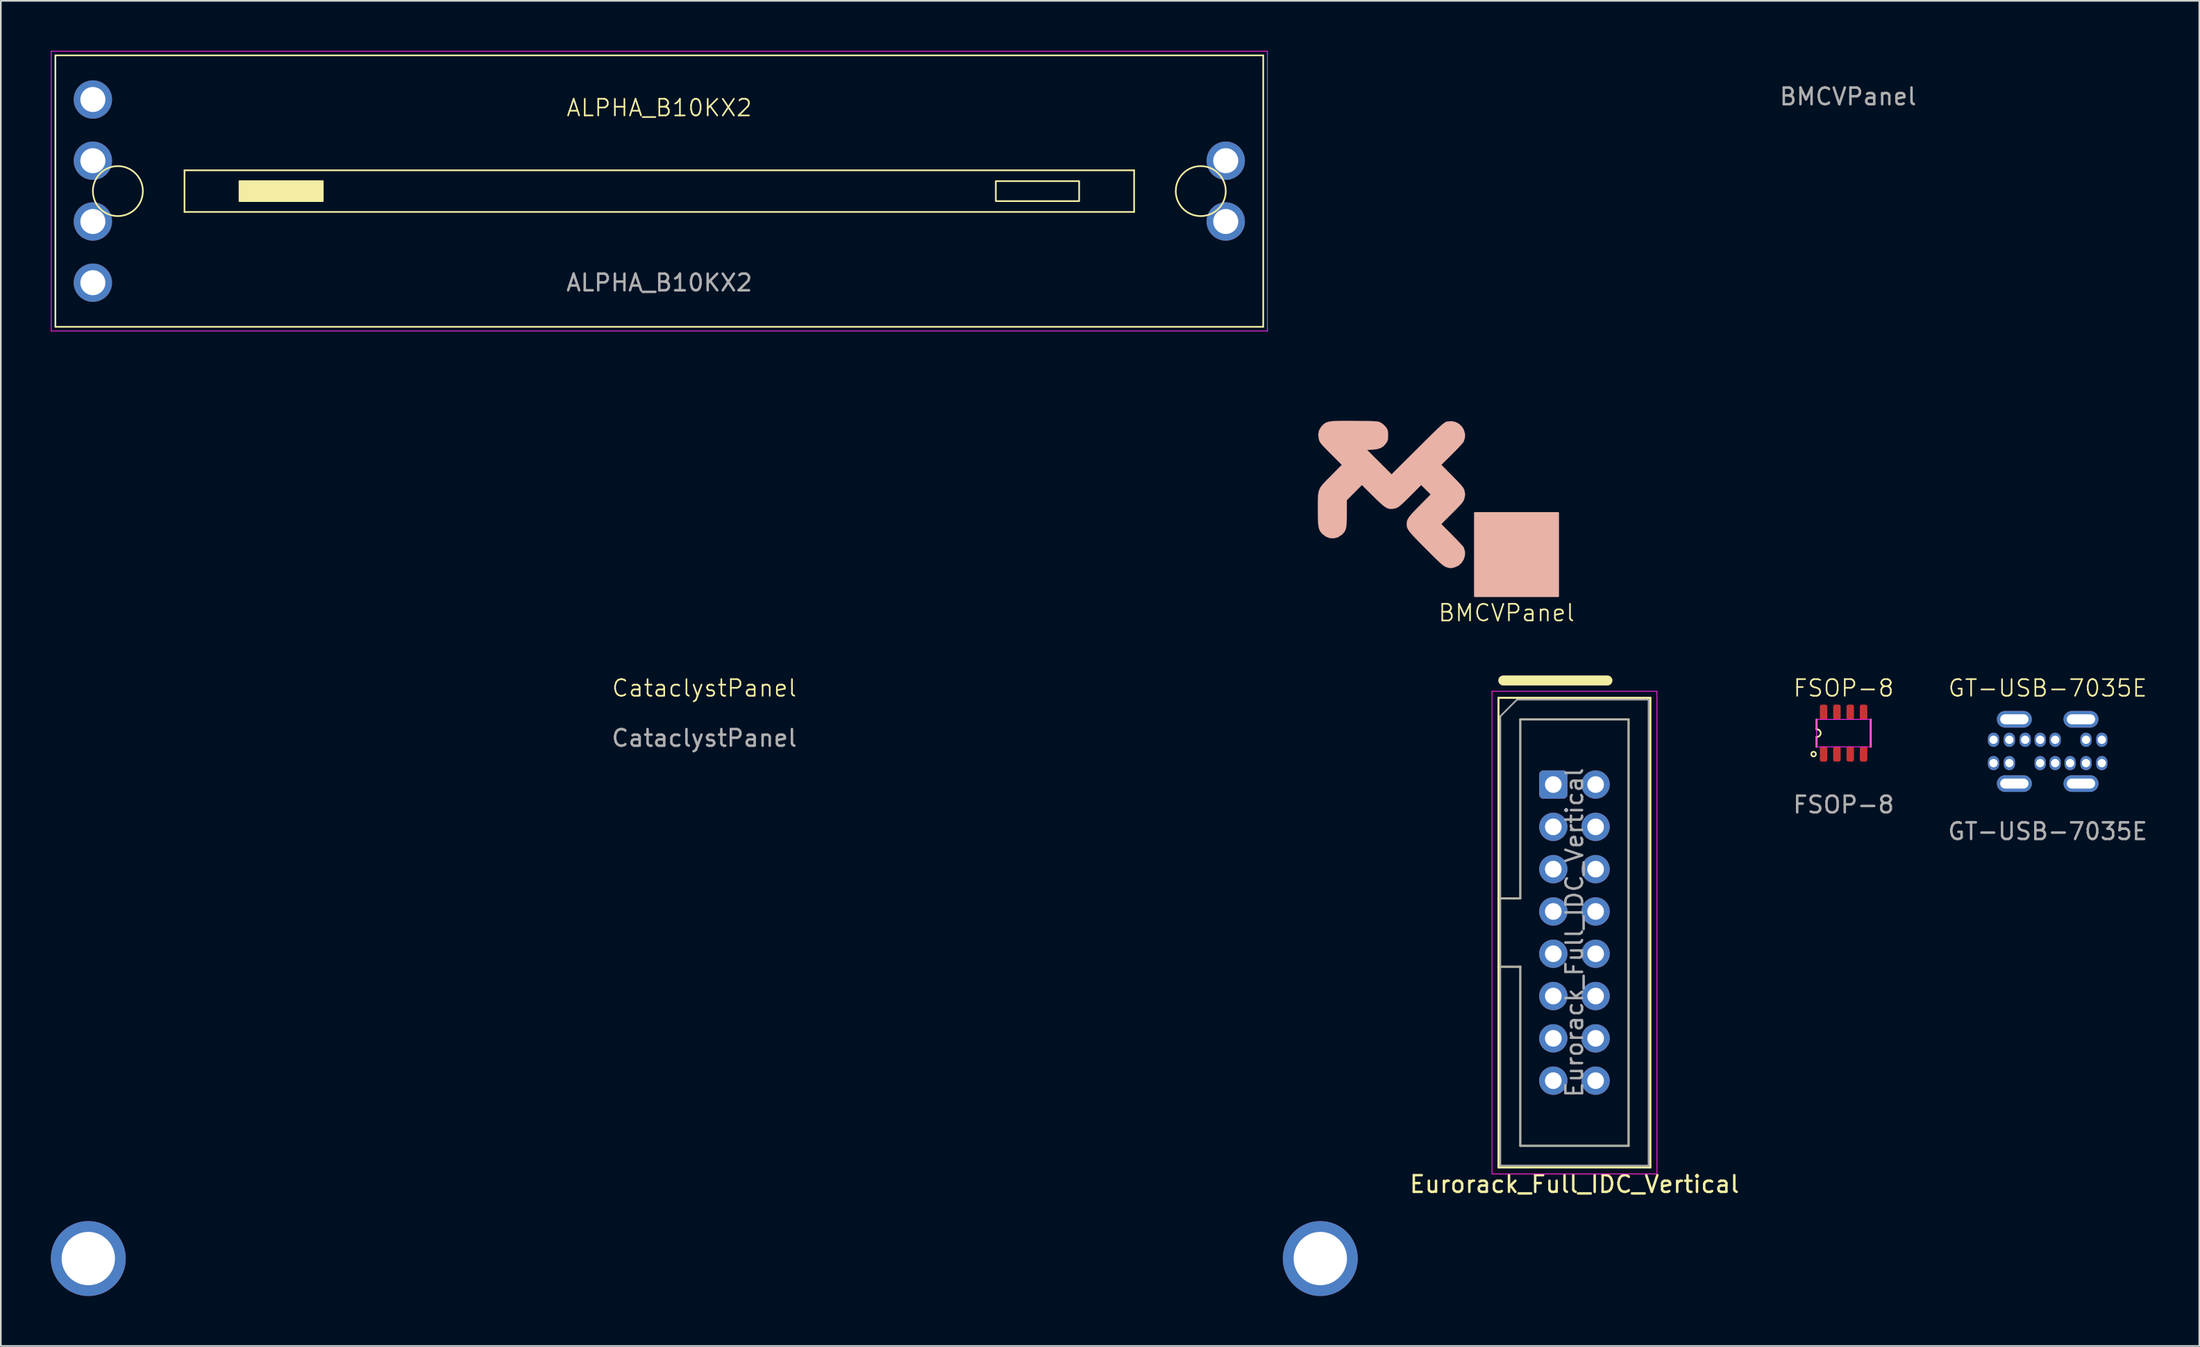
<source format=kicad_pcb>
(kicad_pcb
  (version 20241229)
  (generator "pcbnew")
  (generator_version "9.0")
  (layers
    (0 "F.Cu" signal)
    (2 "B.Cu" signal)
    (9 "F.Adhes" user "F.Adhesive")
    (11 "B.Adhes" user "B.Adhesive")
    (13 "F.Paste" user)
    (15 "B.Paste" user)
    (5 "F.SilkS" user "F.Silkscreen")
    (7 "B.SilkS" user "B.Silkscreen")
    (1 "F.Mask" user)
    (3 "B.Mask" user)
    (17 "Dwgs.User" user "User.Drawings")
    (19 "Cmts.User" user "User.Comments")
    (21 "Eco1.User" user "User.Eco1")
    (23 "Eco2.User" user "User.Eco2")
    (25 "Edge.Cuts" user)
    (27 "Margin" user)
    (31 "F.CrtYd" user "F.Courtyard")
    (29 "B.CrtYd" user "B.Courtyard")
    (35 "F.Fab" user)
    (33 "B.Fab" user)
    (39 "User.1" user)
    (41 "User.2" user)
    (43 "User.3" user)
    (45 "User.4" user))
  (footprint "GT-USB-7035E"
    (layer "F.Cu")
    (at 119.861 42.071)
    (property "Reference" "GT-USB-7035E" (at 0 -3.8 0) (unlocked yes) (layer "F.SilkS") (effects (font (size 1 1) (thickness 0.1))))
    (attr through_hole)
    (fp_text user "${REFERENCE}" (at 0 4.8 0) (unlocked yes) (layer "F.Fab") (effects (font (size 1 1) (thickness 0.15))))
    (pad "A1" thru_hole oval (at -3.25 -0.7) (size 0.675 0.85) (drill 0.5) (layers "*.Cu" "*.Mask"))
    (pad "A4" thru_hole oval (at -2.3 -0.7) (size 0.675 0.85) (drill 0.5) (layers "*.Cu" "*.Mask"))
    (pad "A5" thru_hole oval (at -1.35 -0.7) (size 0.675 0.85) (drill 0.5) (layers "*.Cu" "*.Mask"))
    (pad "A6" thru_hole oval (at -0.45 -0.7) (size 0.675 0.85) (drill 0.5) (layers "*.Cu" "*.Mask"))
    (pad "A7" thru_hole oval (at 0.45 -0.7) (size 0.675 0.85) (drill 0.5) (layers "*.Cu" "*.Mask"))
    (pad "A9" thru_hole oval (at 2.3 -0.7) (size 0.675 0.85) (drill 0.5) (layers "*.Cu" "*.Mask"))
    (pad "A12" thru_hole oval (at 3.25 -0.7) (size 0.675 0.85) (drill 0.5) (layers "*.Cu" "*.Mask"))
    (pad "B1" thru_hole oval (at 3.25 0.7) (size 0.675 0.85) (drill 0.5) (layers "*.Cu" "*.Mask"))
    (pad "B4" thru_hole oval (at 2.3 0.7) (size 0.675 0.85) (drill 0.5) (layers "*.Cu" "*.Mask"))
    (pad "B5" thru_hole oval (at 1.35 0.7) (size 0.675 0.85) (drill 0.5) (layers "*.Cu" "*.Mask"))
    (pad "B6" thru_hole oval (at 0.45 0.7) (size 0.675 0.85) (drill 0.5) (layers "*.Cu" "*.Mask"))
    (pad "B7" thru_hole oval (at -0.45 0.7) (size 0.675 0.85) (drill 0.5) (layers "*.Cu" "*.Mask"))
    (pad "B9" thru_hole oval (at -2.3 0.7) (size 0.675 0.85) (drill 0.5) (layers "*.Cu" "*.Mask"))
    (pad "B12" thru_hole oval (at -3.25 0.7) (size 0.675 0.85) (drill 0.5) (layers "*.Cu" "*.Mask"))
    (pad "S1" thru_hole oval (at -2 -1.93) (size 2.1 1) (drill oval 1.7 0.6) (layers "*.Cu" "*.Mask"))
    (pad "S1" thru_hole oval (at -2 1.93) (size 2.1 1) (drill oval 1.7 0.6) (layers "*.Cu" "*.Mask"))
    (pad "S1" thru_hole oval (at 2 -1.93) (size 2.1 1) (drill oval 1.7 0.6) (layers "*.Cu" "*.Mask"))
    (pad "S1" thru_hole oval (at 2 1.93) (size 2.1 1) (drill oval 1.7 0.6) (layers "*.Cu" "*.Mask")))
  (footprint "Eurorack_Full_IDC_Vertical"
    (layer "F.Cu")
    (at 90.186 44.06)
    (property "Reference" "Eurorack_Full_IDC_Vertical" (at 1.27 24 0) (layer "F.SilkS") (effects (font (size 1 1) (thickness 0.15))))
    (attr through_hole)
    (fp_line (start -3.29 -5.21) (end 5.83 -5.21) (stroke (width 0.12) (type solid)) (layer "F.SilkS"))
    (fp_line (start -3.29 6.84) (end -1.98 6.84) (stroke (width 0.12) (type solid)) (layer "F.SilkS"))
    (fp_line (start -3.29 22.99) (end -3.29 -5.21) (stroke (width 0.12) (type solid)) (layer "F.SilkS"))
    (fp_line (start -3 -6.25) (end 3.25 -6.25) (stroke (width 0.6) (type default)) (layer "F.SilkS"))
    (fp_line (start -1.98 -3.91) (end 4.52 -3.91) (stroke (width 0.12) (type solid)) (layer "F.SilkS"))
    (fp_line (start -1.98 6.84) (end -1.98 -3.91) (stroke (width 0.12) (type solid)) (layer "F.SilkS"))
    (fp_line (start -1.98 10.94) (end -3.29 10.94) (stroke (width 0.12) (type solid)) (layer "F.SilkS"))
    (fp_line (start -1.98 10.94) (end -1.98 10.94) (stroke (width 0.12) (type solid)) (layer "F.SilkS"))
    (fp_line (start -1.98 21.69) (end -1.98 10.94) (stroke (width 0.12) (type solid)) (layer "F.SilkS"))
    (fp_line (start 4.52 -3.91) (end 4.52 21.69) (stroke (width 0.12) (type solid)) (layer "F.SilkS"))
    (fp_line (start 4.52 21.69) (end -1.98 21.69) (stroke (width 0.12) (type solid)) (layer "F.SilkS"))
    (fp_line (start 5.83 -5.21) (end 5.83 22.99) (stroke (width 0.12) (type solid)) (layer "F.SilkS"))
    (fp_line (start 5.83 22.99) (end -3.29 22.99) (stroke (width 0.12) (type solid)) (layer "F.SilkS"))
    (fp_line (start -3.68 -5.6) (end -3.68 23.38) (stroke (width 0.05) (type solid)) (layer "F.CrtYd"))
    (fp_line (start -3.68 23.38) (end 6.22 23.38) (stroke (width 0.05) (type solid)) (layer "F.CrtYd"))
    (fp_line (start 6.22 -5.6) (end -3.68 -5.6) (stroke (width 0.05) (type solid)) (layer "F.CrtYd"))
    (fp_line (start 6.22 23.38) (end 6.22 -5.6) (stroke (width 0.05) (type solid)) (layer "F.CrtYd"))
    (fp_line (start -3.18 -4.1) (end -2.18 -5.1) (stroke (width 0.1) (type solid)) (layer "F.Fab"))
    (fp_line (start -3.18 6.84) (end -1.98 6.84) (stroke (width 0.1) (type solid)) (layer "F.Fab"))
    (fp_line (start -3.18 22.88) (end -3.18 -4.1) (stroke (width 0.1) (type solid)) (layer "F.Fab"))
    (fp_line (start -2.18 -5.1) (end 5.72 -5.1) (stroke (width 0.1) (type solid)) (layer "F.Fab"))
    (fp_line (start -1.98 -3.91) (end 4.52 -3.91) (stroke (width 0.1) (type solid)) (layer "F.Fab"))
    (fp_line (start -1.98 6.84) (end -1.98 -3.91) (stroke (width 0.1) (type solid)) (layer "F.Fab"))
    (fp_line (start -1.98 10.94) (end -3.18 10.94) (stroke (width 0.1) (type solid)) (layer "F.Fab"))
    (fp_line (start -1.98 10.94) (end -1.98 10.94) (stroke (width 0.1) (type solid)) (layer "F.Fab"))
    (fp_line (start -1.98 21.69) (end -1.98 10.94) (stroke (width 0.1) (type solid)) (layer "F.Fab"))
    (fp_line (start 4.52 -3.91) (end 4.52 21.69) (stroke (width 0.1) (type solid)) (layer "F.Fab"))
    (fp_line (start 4.52 21.69) (end -1.98 21.69) (stroke (width 0.1) (type solid)) (layer "F.Fab"))
    (fp_line (start 5.72 -5.1) (end 5.72 22.88) (stroke (width 0.1) (type solid)) (layer "F.Fab"))
    (fp_line (start 5.72 22.88) (end -3.18 22.88) (stroke (width 0.1) (type solid)) (layer "F.Fab"))
    (fp_text user "${REFERENCE}" (at 1.27 8.89 90) (layer "F.Fab") (effects (font (size 1 1) (thickness 0.15))))
    (pad "1" thru_hole roundrect (at 0 0) (size 1.7 1.7) (drill 1) (layers "*.Cu" "*.Mask") (roundrect_rratio 0.147))
    (pad "2" thru_hole circle (at 2.54 0) (size 1.7 1.7) (drill 1) (layers "*.Cu" "*.Mask"))
    (pad "3" thru_hole circle (at 0 2.54) (size 1.7 1.7) (drill 1) (layers "*.Cu" "*.Mask"))
    (pad "4" thru_hole circle (at 2.54 2.54) (size 1.7 1.7) (drill 1) (layers "*.Cu" "*.Mask"))
    (pad "5" thru_hole circle (at 0 5.08) (size 1.7 1.7) (drill 1) (layers "*.Cu" "*.Mask"))
    (pad "6" thru_hole circle (at 2.54 5.08) (size 1.7 1.7) (drill 1) (layers "*.Cu" "*.Mask"))
    (pad "7" thru_hole circle (at 0 7.62) (size 1.7 1.7) (drill 1) (layers "*.Cu" "*.Mask"))
    (pad "8" thru_hole circle (at 2.54 7.62) (size 1.7 1.7) (drill 1) (layers "*.Cu" "*.Mask"))
    (pad "9" thru_hole circle (at 0 10.16) (size 1.7 1.7) (drill 1) (layers "*.Cu" "*.Mask"))
    (pad "10" thru_hole circle (at 2.54 10.16) (size 1.7 1.7) (drill 1) (layers "*.Cu" "*.Mask"))
    (pad "11" thru_hole circle (at 0 12.7) (size 1.7 1.7) (drill 1) (layers "*.Cu" "*.Mask"))
    (pad "12" thru_hole circle (at 2.54 12.7) (size 1.7 1.7) (drill 1) (layers "*.Cu" "*.Mask"))
    (pad "13" thru_hole circle (at 0 15.24) (size 1.7 1.7) (drill 1) (layers "*.Cu" "*.Mask"))
    (pad "14" thru_hole circle (at 2.54 15.24) (size 1.7 1.7) (drill 1) (layers "*.Cu" "*.Mask"))
    (pad "15" thru_hole circle (at 0 17.78) (size 1.7 1.7) (drill 1) (layers "*.Cu" "*.Mask"))
    (pad "16" thru_hole circle (at 2.54 17.78) (size 1.7 1.7) (drill 1) (layers "*.Cu" "*.Mask")))
  (footprint "CataclystPanel"
    (layer "F.Cu")
    (at 39.225 38.771)
    (property "Reference" "CataclystPanel" (at 0 -0.5 0) (unlocked yes) (layer "F.SilkS") (effects (font (size 1 1) (thickness 0.1))))
    (fp_text user "${REFERENCE}" (at 0 2.5 0) (unlocked yes) (layer "F.Fab") (effects (font (size 1 1) (thickness 0.15))))
    (pad "" np_thru_hole circle (at -36.975 33.75) (size 4.5 4.5) (drill 3.2) (layers "*.Cu"))
    (pad "" np_thru_hole circle (at 36.975 33.75) (size 4.5 4.5) (drill 3.2) (layers "*.Cu")))
  (footprint "BMCVPanel"
    (layer "F.Cu")
    (at 107.879 0.25)
    (property "Reference" "BMCVPanel" (at -20.5 33.5 0) (unlocked yes) (layer "F.SilkS") (effects (font (size 1 1) (thickness 0.1))))
    (fp_rect (start -22.4 27.5) (end -17.4 32.5) (stroke (width 0.1) (type solid)) (fill yes) (layer "B.SilkS"))
    (fp_poly (pts (xy -29.65 21.976) (xy -29.55 21.977) (xy -29.177 21.981) (xy -28.879 21.984) (xy -28.646 21.989) (xy -28.468 21.995) (xy -28.335 22.003) (xy -28.238 22.014) (xy -28.166 22.029) (xy -28.11 22.048) (xy -28.061 22.073) (xy -28.025 22.093) (xy -27.885 22.196) (xy -27.757 22.326) (xy -27.729 22.364) (xy -27.665 22.468) (xy -27.629 22.568) (xy -27.614 22.696) (xy -27.612 22.84) (xy -27.616 23.011) (xy -27.633 23.129) (xy -27.673 23.226) (xy -27.739 23.327) (xy -27.887 23.494) (xy -28.067 23.607) (xy -28.293 23.673) (xy -28.538 23.698) (xy -28.871 23.714) (xy -28.136 24.45) (xy -27.401 25.186) (xy -25.834 23.625) (xy -25.486 23.279) (xy -25.192 22.987) (xy -24.948 22.746) (xy -24.746 22.55) (xy -24.583 22.394) (xy -24.452 22.273) (xy -24.349 22.182) (xy -24.267 22.117) (xy -24.201 22.072) (xy -24.147 22.043) (xy -24.097 22.025) (xy -24.059 22.014) (xy -23.803 21.991) (xy -23.568 22.039) (xy -23.36 22.148) (xy -23.19 22.306) (xy -23.067 22.502) (xy -22.999 22.724) (xy -22.996 22.961) (xy -23.067 23.202) (xy -23.085 23.239) (xy -23.13 23.3) (xy -23.227 23.409) (xy -23.364 23.557) (xy -23.532 23.732) (xy -23.722 23.923) (xy -23.776 23.978) (xy -24.413 24.611) (xy -23.743 25.29) (xy -23.524 25.513) (xy -23.358 25.686) (xy -23.236 25.819) (xy -23.15 25.922) (xy -23.092 26.005) (xy -23.055 26.077) (xy -23.031 26.15) (xy -23.021 26.189) (xy -22.993 26.344) (xy -22.996 26.474) (xy -23.033 26.63) (xy -23.034 26.634) (xy -23.061 26.713) (xy -23.098 26.79) (xy -23.153 26.873) (xy -23.234 26.973) (xy -23.35 27.1) (xy -23.509 27.264) (xy -23.719 27.475) (xy -23.758 27.514) (xy -24.415 28.17) (xy -23.764 28.826) (xy -23.57 29.023) (xy -23.395 29.205) (xy -23.249 29.36) (xy -23.141 29.48) (xy -23.08 29.554) (xy -23.071 29.568) (xy -22.998 29.807) (xy -22.999 30.052) (xy -23.068 30.286) (xy -23.198 30.493) (xy -23.38 30.657) (xy -23.59 30.755) (xy -23.742 30.797) (xy -23.855 30.809) (xy -23.97 30.794) (xy -24.119 30.752) (xy -24.178 30.728) (xy -24.245 30.69) (xy -24.327 30.63) (xy -24.431 30.543) (xy -24.562 30.423) (xy -24.729 30.264) (xy -24.938 30.059) (xy -25.195 29.802) (xy -25.353 29.643) (xy -25.645 29.349) (xy -25.883 29.107) (xy -26.071 28.909) (xy -26.216 28.749) (xy -26.323 28.619) (xy -26.398 28.512) (xy -26.446 28.421) (xy -26.474 28.338) (xy -26.486 28.256) (xy -26.489 28.171) (xy -26.483 28.062) (xy -26.462 27.961) (xy -26.417 27.857) (xy -26.342 27.74) (xy -26.23 27.601) (xy -26.075 27.43) (xy -25.869 27.216) (xy -25.724 27.069) (xy -25.051 26.39) (xy -25.337 26.106) (xy -25.623 25.822) (xy -26.258 26.459) (xy -26.49 26.692) (xy -26.675 26.871) (xy -26.82 27.004) (xy -26.937 27.099) (xy -27.034 27.163) (xy -27.123 27.204) (xy -27.213 27.23) (xy -27.281 27.242) (xy -27.408 27.257) (xy -27.522 27.252) (xy -27.634 27.223) (xy -27.754 27.162) (xy -27.891 27.064) (xy -28.057 26.923) (xy -28.26 26.732) (xy -28.502 26.495) (xy -29.18 25.822) (xy -29.634 26.277) (xy -30.088 26.733) (xy -30.089 27.536) (xy -30.091 27.862) (xy -30.1 28.116) (xy -30.119 28.312) (xy -30.15 28.462) (xy -30.197 28.58) (xy -30.262 28.679) (xy -30.35 28.771) (xy -30.398 28.815) (xy -30.618 28.956) (xy -30.858 29.021) (xy -31.103 29.01) (xy -31.34 28.923) (xy -31.547 28.767) (xy -31.63 28.677) (xy -31.694 28.584) (xy -31.743 28.477) (xy -31.778 28.344) (xy -31.801 28.172) (xy -31.815 27.952) (xy -31.822 27.671) (xy -31.824 27.317) (xy -31.824 27.307) (xy -31.824 26.955) (xy -31.821 26.674) (xy -31.81 26.45) (xy -31.785 26.267) (xy -31.742 26.114) (xy -31.674 25.975) (xy -31.576 25.837) (xy -31.443 25.685) (xy -31.27 25.505) (xy -31.057 25.291) (xy -30.387 24.612) (xy -31.046 23.952) (xy -31.265 23.733) (xy -31.43 23.563) (xy -31.551 23.432) (xy -31.636 23.33) (xy -31.694 23.247) (xy -31.731 23.173) (xy -31.756 23.099) (xy -31.764 23.071) (xy -31.799 22.799) (xy -31.756 22.556) (xy -31.632 22.336) (xy -31.549 22.242) (xy -31.474 22.172) (xy -31.397 22.114) (xy -31.31 22.068) (xy -31.204 22.033) (xy -31.069 22.007) (xy -30.896 21.989) (xy -30.677 21.978) (xy -30.402 21.973) (xy -30.063 21.973) (xy -29.65 21.976)) (stroke (width 0.01) (type solid)) (fill yes) (layer "B.SilkS"))
    (fp_text user "${REFERENCE}" (at 0 2.5 0) (unlocked yes) (layer "F.Fab") (effects (font (size 1 1) (thickness 0.15)))))
  (footprint "ALPHA_B10KX2"
    (layer "F.Cu")
    (at 36.525 8.425)
    (property "Reference" "ALPHA_B10KX2" (at 0 -5 0) (unlocked yes) (layer "F.SilkS") (effects (font (size 1 1) (thickness 0.1))))
    (attr through_hole)
    (fp_line (start -36.25 -8.15) (end -36.25 8.15) (stroke (width 0.1) (type solid)) (layer "F.SilkS"))
    (fp_line (start -36.25 8.15) (end 36.25 8.15) (stroke (width 0.1) (type solid)) (layer "F.SilkS"))
    (fp_line (start -28.5 -1.25) (end -28.5 1.25) (stroke (width 0.1) (type solid)) (layer "F.SilkS"))
    (fp_line (start -28.5 -1.25) (end 28.5 -1.25) (stroke (width 0.1) (type default)) (layer "F.SilkS"))
    (fp_line (start 28.5 -1.25) (end 28.5 1.25) (stroke (width 0.1) (type solid)) (layer "F.SilkS"))
    (fp_line (start 28.5 1.25) (end -28.5 1.25) (stroke (width 0.1) (type default)) (layer "F.SilkS"))
    (fp_line (start 36.25 -8.15) (end -36.25 -8.15) (stroke (width 0.1) (type solid)) (layer "F.SilkS"))
    (fp_line (start 36.25 8.15) (end 36.25 -8.15) (stroke (width 0.1) (type solid)) (layer "F.SilkS"))
    (fp_rect (start -25.2 -0.6) (end -20.2 0.6) (stroke (width 0.1) (type solid)) (fill yes) (layer "F.SilkS"))
    (fp_rect (start 20.2 -0.6) (end 25.2 0.6) (stroke (width 0.1) (type solid)) (fill no) (layer "F.SilkS"))
    (fp_circle (center -32.5 0) (end -31 0) (stroke (width 0.1) (type default)) (fill no) (layer "F.SilkS"))
    (fp_circle (center 32.5 0) (end 34 0) (stroke (width 0.1) (type default)) (fill no) (layer "F.SilkS"))
    (fp_line (start -36.5 -8.4) (end 36.5 -8.4) (stroke (width 0.05) (type solid)) (layer "F.CrtYd"))
    (fp_line (start -36.5 8.4) (end -36.5 -8.4) (stroke (width 0.05) (type default)) (layer "F.CrtYd"))
    (fp_line (start 36.5 -8.4) (end 36.5 8.4) (stroke (width 0.05) (type default)) (layer "F.CrtYd"))
    (fp_line (start 36.5 8.4) (end -36.5 8.4) (stroke (width 0.05) (type solid)) (layer "F.CrtYd"))
    (fp_text user "${REFERENCE}" (at 0 5.5 0) (unlocked yes) (layer "F.Fab") (effects (font (size 1 1) (thickness 0.15))))
    (pad "1" thru_hole circle (at -34 -1.825) (size 2.3 2.3) (drill 1.5) (layers "*.Cu" "*.Mask"))
    (pad "2" thru_hole circle (at -34 -5.5) (size 2.3 2.3) (drill 1.5) (layers "*.Cu" "*.Mask"))
    (pad "3" thru_hole circle (at 34 -1.825) (size 2.3 2.3) (drill 1.5) (layers "*.Cu" "*.Mask"))
    (pad "4" thru_hole circle (at -34 1.825) (size 2.3 2.3) (drill 1.5) (layers "*.Cu" "*.Mask"))
    (pad "5" thru_hole circle (at -34 5.5) (size 2.3 2.3) (drill 1.5) (layers "*.Cu" "*.Mask"))
    (pad "6" thru_hole circle (at 34 1.825) (size 2.3 2.3) (drill 1.5) (layers "*.Cu" "*.Mask")))
  (footprint "FSOP-8"
    (layer "F.Cu")
    (at 107.611 40.971)
    (property "Reference" "FSOP-8" (at 0 -2.7 0) (unlocked yes) (layer "F.SilkS") (effects (font (size 1 1) (thickness 0.1))))
    (attr smd)
    (fp_line (start -1.625 -0.825) (end -1.625 -0.225) (stroke (width 0.1) (type default)) (layer "F.SilkS"))
    (fp_line (start -1.625 0.225) (end -1.625 0.825) (stroke (width 0.1) (type default)) (layer "F.SilkS"))
    (fp_line (start 1.625 -0.825) (end 1.625 0.825) (stroke (width 0.1) (type default)) (layer "F.SilkS"))
    (fp_arc (start -1.625 -0.224999) (mid -1.373616 0) (end -1.625 0.224999) (stroke (width 0.1) (type default)) (layer "F.SilkS"))
    (fp_circle (center -1.8 1.26) (end -1.659 1.26) (stroke (width 0.1) (type default)) (fill no) (layer "F.SilkS"))
    (fp_rect (start -1.625 -0.825) (end 1.625 0.825) (stroke (width 0.05) (type default)) (fill no) (layer "F.CrtYd"))
    (fp_text user "${REFERENCE}" (at 0 4.3 0) (unlocked yes) (layer "F.Fab") (effects (font (size 1 1) (thickness 0.15))))
    (pad "1" smd roundrect (at -1.2 1.26) (size 0.45 0.9) (layers "F.Cu" "F.Mask" "F.Paste") (roundrect_rratio 0.25))
    (pad "2" smd roundrect (at -0.4 1.26) (size 0.45 0.9) (layers "F.Cu" "F.Mask" "F.Paste") (roundrect_rratio 0.25))
    (pad "3" smd roundrect (at 0.4 1.26) (size 0.45 0.9) (layers "F.Cu" "F.Mask" "F.Paste") (roundrect_rratio 0.25))
    (pad "4" smd roundrect (at 1.2 1.26) (size 0.45 0.9) (layers "F.Cu" "F.Mask" "F.Paste") (roundrect_rratio 0.25))
    (pad "5" smd roundrect (at 1.2 -1.26) (size 0.45 0.9) (layers "F.Cu" "F.Mask" "F.Paste") (roundrect_rratio 0.25))
    (pad "6" smd roundrect (at 0.4 -1.26) (size 0.45 0.9) (layers "F.Cu" "F.Mask" "F.Paste") (roundrect_rratio 0.25))
    (pad "7" smd roundrect (at -0.4 -1.26) (size 0.45 0.9) (layers "F.Cu" "F.Mask" "F.Paste") (roundrect_rratio 0.25))
    (pad "8" smd roundrect (at -1.2 -1.26) (size 0.45 0.9) (layers "F.Cu" "F.Mask" "F.Paste") (roundrect_rratio 0.25)))
  (gr_rect
    (start -3 -3)
    (end 128.962 77.771)
    (stroke (width 0.1) (type default))
    (fill no)
    (layer "Edge.Cuts")))
</source>
